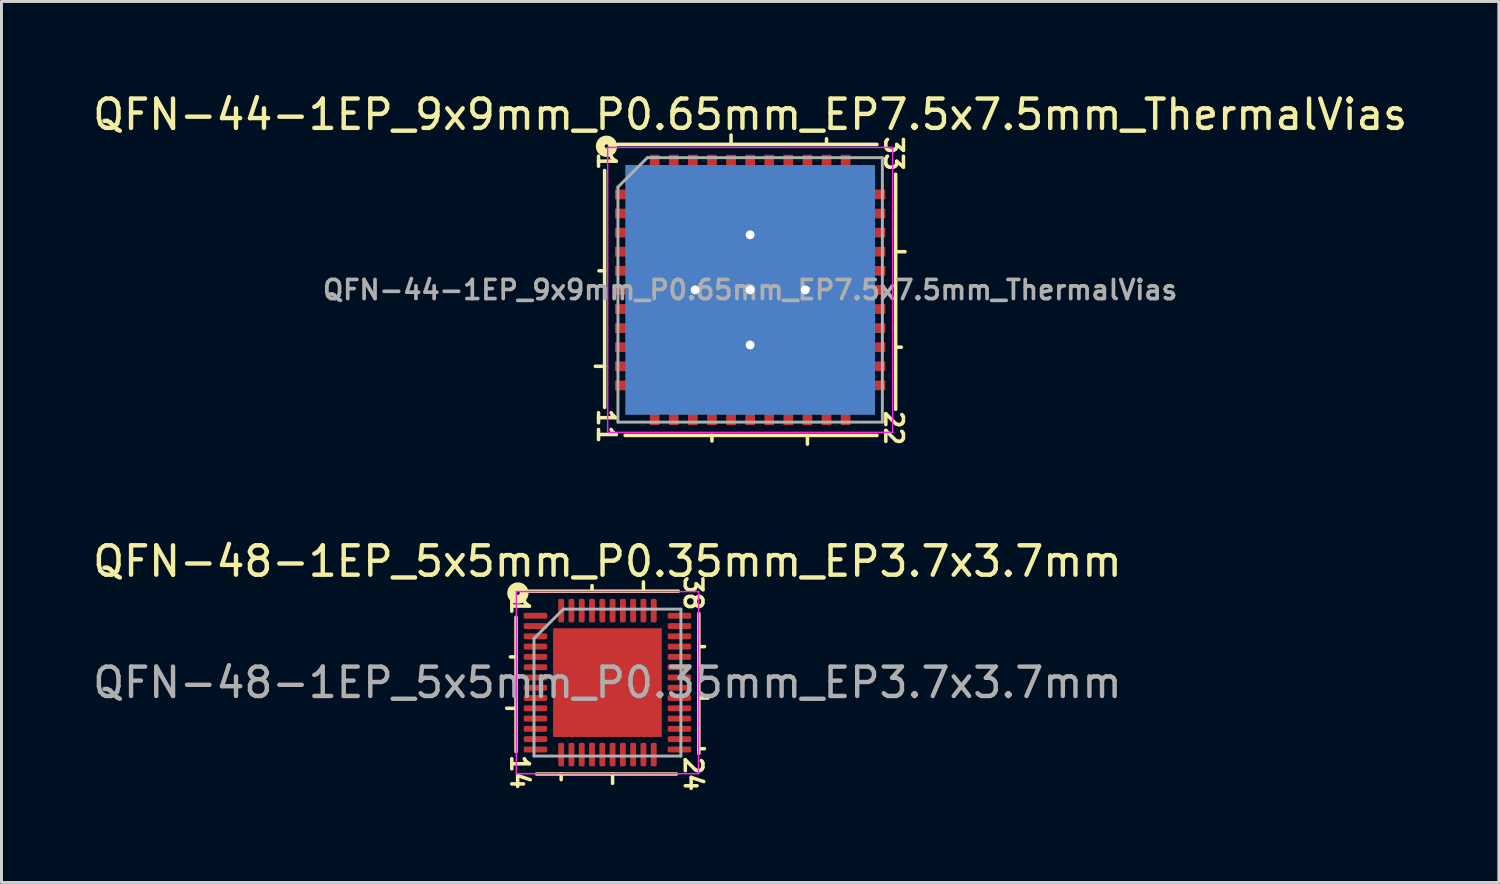
<source format=kicad_pcb>
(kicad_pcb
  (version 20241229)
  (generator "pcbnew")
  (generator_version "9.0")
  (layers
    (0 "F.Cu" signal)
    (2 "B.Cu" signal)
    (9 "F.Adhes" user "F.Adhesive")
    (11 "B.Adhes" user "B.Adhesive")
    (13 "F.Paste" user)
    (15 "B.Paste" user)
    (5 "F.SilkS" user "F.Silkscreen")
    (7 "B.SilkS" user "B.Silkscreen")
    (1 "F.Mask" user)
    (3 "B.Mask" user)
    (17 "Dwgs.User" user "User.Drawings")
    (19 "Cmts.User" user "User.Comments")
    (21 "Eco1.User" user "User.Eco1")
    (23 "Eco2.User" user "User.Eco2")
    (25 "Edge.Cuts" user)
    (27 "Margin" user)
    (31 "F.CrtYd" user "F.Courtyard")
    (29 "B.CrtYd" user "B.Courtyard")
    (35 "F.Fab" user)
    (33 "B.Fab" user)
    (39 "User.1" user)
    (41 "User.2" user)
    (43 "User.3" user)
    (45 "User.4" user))
  (footprint "QFN-44-1EP_9x9mm_P0.65mm_EP7.5x7.5mm_ThermalVias"
    (layer "F.Cu")
    (at 22.482 6.817)
    (property "Reference" "QFN-44-1EP_9x9mm_P0.65mm_EP7.5x7.5mm_ThermalVias" (at 0 -5.969 0) (layer "F.SilkS") (effects (font (size 1 1) (thickness 0.15))))
    (attr smd)
    (fp_line (start -4.953 -4.064) (end -4.953 4) (stroke (width 0.12) (type solid)) (layer "F.SilkS"))
    (fp_line (start -4.953 -0.65) (end -5.144 -0.65) (stroke (width 0.12) (type solid)) (layer "F.SilkS"))
    (fp_line (start -4.953 2.6) (end -5.271 2.6) (stroke (width 0.12) (type solid)) (layer "F.SilkS"))
    (fp_line (start -4.255 4.953) (end 4.318 4.953) (stroke (width 0.12) (type solid)) (layer "F.SilkS"))
    (fp_line (start -1.3 4.953) (end -1.3 5.144) (stroke (width 0.12) (type solid)) (layer "F.SilkS"))
    (fp_line (start -0.65 -4.953) (end -0.65 -5.271) (stroke (width 0.12) (type solid)) (layer "F.SilkS"))
    (fp_line (start 1.95 4.953) (end 1.95 5.25) (stroke (width 0.12) (type solid)) (layer "F.SilkS"))
    (fp_line (start 2.6 -4.953) (end 2.6 -5.144) (stroke (width 0.12) (type solid)) (layer "F.SilkS"))
    (fp_line (start 4.318 -4.953) (end -4.508 -4.953) (stroke (width 0.12) (type solid)) (layer "F.SilkS"))
    (fp_line (start 4.953 -1.3) (end 5.271 -1.3) (stroke (width 0.12) (type solid)) (layer "F.SilkS"))
    (fp_line (start 4.953 1.95) (end 5.144 1.95) (stroke (width 0.12) (type solid)) (layer "F.SilkS"))
    (fp_line (start 4.953 4.064) (end 4.953 -3.937) (stroke (width 0.12) (type solid)) (layer "F.SilkS"))
    (fp_circle (center -4.889 -4.889) (end -4.826 -4.889) (stroke (width 0.3) (type solid)) (fill no) (layer "F.SilkS"))
    (fp_line (start -4.85 -4.85) (end -4.85 4.85) (stroke (width 0.05) (type solid)) (layer "F.CrtYd"))
    (fp_line (start -4.85 4.85) (end 4.85 4.85) (stroke (width 0.05) (type solid)) (layer "F.CrtYd"))
    (fp_line (start 4.85 -4.85) (end -4.85 -4.85) (stroke (width 0.05) (type solid)) (layer "F.CrtYd"))
    (fp_line (start 4.85 4.85) (end 4.85 -4.85) (stroke (width 0.05) (type solid)) (layer "F.CrtYd"))
    (fp_line (start -4.5 -3.5) (end -3.5 -4.5) (stroke (width 0.1) (type solid)) (layer "F.Fab"))
    (fp_line (start -4.5 4.5) (end -4.5 -3.5) (stroke (width 0.1) (type solid)) (layer "F.Fab"))
    (fp_line (start -3.5 -4.5) (end 4.5 -4.5) (stroke (width 0.1) (type solid)) (layer "F.Fab"))
    (fp_line (start 4.5 -4.5) (end 4.5 4.5) (stroke (width 0.1) (type solid)) (layer "F.Fab"))
    (fp_line (start 4.5 4.5) (end -4.5 4.5) (stroke (width 0.1) (type solid)) (layer "F.Fab"))
    (fp_text user "22" (at 4.889 4.699 270) (unlocked yes) (layer "F.SilkS") (effects (font (size 0.6 0.6) (thickness 0.12))))
    (fp_text user "33" (at 4.889 -4.636 270) (unlocked yes) (layer "F.SilkS") (effects (font (size 0.6 0.6) (thickness 0.12))))
    (fp_text user "11" (at -4.889 4.636 270) (unlocked yes) (layer "F.SilkS") (effects (font (size 0.6 0.6) (thickness 0.12))))
    (fp_text user "1" (at -4.889 -4.381 270) (unlocked yes) (layer "F.SilkS") (effects (font (size 0.6 0.6) (thickness 0.12))))
    (fp_text user "${REFERENCE}" (at 0 0 0) (layer "F.Fab") (effects (font (size 0.65 0.65) (thickness 0.125))))
    (pad "" smd rect (at -1.875 -1.875) (size 2.65 2.65) (layers "F.Paste"))
    (pad "" smd rect (at -1.875 1.875) (size 2.65 2.65) (layers "F.Paste"))
    (pad "" smd rect (at 1.875 -1.875) (size 2.65 2.65) (layers "F.Paste"))
    (pad "" smd rect (at 1.875 1.875) (size 2.65 2.65) (layers "F.Paste"))
    (pad "1" smd rect (at -4.3 -3.25) (size 0.6 0.33) (layers "F.Cu" "F.Mask" "F.Paste"))
    (pad "2" smd rect (at -4.3 -2.6) (size 0.6 0.33) (layers "F.Cu" "F.Mask" "F.Paste"))
    (pad "3" smd rect (at -4.3 -1.95) (size 0.6 0.33) (layers "F.Cu" "F.Mask" "F.Paste"))
    (pad "4" smd rect (at -4.3 -1.3) (size 0.6 0.33) (layers "F.Cu" "F.Mask" "F.Paste"))
    (pad "5" smd rect (at -4.3 -0.65) (size 0.6 0.33) (layers "F.Cu" "F.Mask" "F.Paste"))
    (pad "6" smd rect (at -4.3 0) (size 0.6 0.33) (layers "F.Cu" "F.Mask" "F.Paste"))
    (pad "7" smd rect (at -4.3 0.65) (size 0.6 0.33) (layers "F.Cu" "F.Mask" "F.Paste"))
    (pad "8" smd rect (at -4.3 1.3) (size 0.6 0.33) (layers "F.Cu" "F.Mask" "F.Paste"))
    (pad "9" smd rect (at -4.3 1.95) (size 0.6 0.33) (layers "F.Cu" "F.Mask" "F.Paste"))
    (pad "10" smd rect (at -4.3 2.6) (size 0.6 0.33) (layers "F.Cu" "F.Mask" "F.Paste"))
    (pad "11" smd rect (at -4.3 3.25) (size 0.6 0.33) (layers "F.Cu" "F.Mask" "F.Paste"))
    (pad "12" smd rect (at -3.25 4.3 90) (size 0.6 0.33) (layers "F.Cu" "F.Mask" "F.Paste"))
    (pad "13" smd rect (at -2.6 4.3 90) (size 0.6 0.33) (layers "F.Cu" "F.Mask" "F.Paste"))
    (pad "14" smd rect (at -1.95 4.3 90) (size 0.6 0.33) (layers "F.Cu" "F.Mask" "F.Paste"))
    (pad "15" smd rect (at -1.3 4.3 90) (size 0.6 0.33) (layers "F.Cu" "F.Mask" "F.Paste"))
    (pad "16" smd rect (at -0.65 4.3 90) (size 0.6 0.33) (layers "F.Cu" "F.Mask" "F.Paste"))
    (pad "17" smd rect (at 0 4.3 90) (size 0.6 0.33) (layers "F.Cu" "F.Mask" "F.Paste"))
    (pad "18" smd rect (at 0.65 4.3 90) (size 0.6 0.33) (layers "F.Cu" "F.Mask" "F.Paste"))
    (pad "19" smd rect (at 1.3 4.3 90) (size 0.6 0.33) (layers "F.Cu" "F.Mask" "F.Paste"))
    (pad "20" smd rect (at 1.95 4.3 90) (size 0.6 0.33) (layers "F.Cu" "F.Mask" "F.Paste"))
    (pad "21" smd rect (at 2.6 4.3 90) (size 0.6 0.33) (layers "F.Cu" "F.Mask" "F.Paste"))
    (pad "22" smd rect (at 3.25 4.3 90) (size 0.6 0.33) (layers "F.Cu" "F.Mask" "F.Paste"))
    (pad "23" smd rect (at 4.3 3.25) (size 0.6 0.33) (layers "F.Cu" "F.Mask" "F.Paste"))
    (pad "24" smd rect (at 4.3 2.6) (size 0.6 0.33) (layers "F.Cu" "F.Mask" "F.Paste"))
    (pad "25" smd rect (at 4.3 1.95) (size 0.6 0.33) (layers "F.Cu" "F.Mask" "F.Paste"))
    (pad "26" smd rect (at 4.3 1.3) (size 0.6 0.33) (layers "F.Cu" "F.Mask" "F.Paste"))
    (pad "27" smd rect (at 4.3 0.65) (size 0.6 0.33) (layers "F.Cu" "F.Mask" "F.Paste"))
    (pad "28" smd rect (at 4.3 0) (size 0.6 0.33) (layers "F.Cu" "F.Mask" "F.Paste"))
    (pad "29" smd rect (at 4.3 -0.65) (size 0.6 0.33) (layers "F.Cu" "F.Mask" "F.Paste"))
    (pad "30" smd rect (at 4.3 -1.3) (size 0.6 0.33) (layers "F.Cu" "F.Mask" "F.Paste"))
    (pad "31" smd rect (at 4.3 -1.95) (size 0.6 0.33) (layers "F.Cu" "F.Mask" "F.Paste"))
    (pad "32" smd rect (at 4.3 -2.6) (size 0.6 0.33) (layers "F.Cu" "F.Mask" "F.Paste"))
    (pad "33" smd rect (at 4.3 -3.25) (size 0.6 0.33) (layers "F.Cu" "F.Mask" "F.Paste"))
    (pad "34" smd rect (at 3.25 -4.3 90) (size 0.6 0.33) (layers "F.Cu" "F.Mask" "F.Paste"))
    (pad "35" smd rect (at 2.6 -4.3 90) (size 0.6 0.33) (layers "F.Cu" "F.Mask" "F.Paste"))
    (pad "36" smd rect (at 1.95 -4.3 90) (size 0.6 0.33) (layers "F.Cu" "F.Mask" "F.Paste"))
    (pad "37" smd rect (at 1.3 -4.3 90) (size 0.6 0.33) (layers "F.Cu" "F.Mask" "F.Paste"))
    (pad "38" smd rect (at 0.65 -4.3 90) (size 0.6 0.33) (layers "F.Cu" "F.Mask" "F.Paste"))
    (pad "39" smd rect (at 0 -4.3 90) (size 0.6 0.33) (layers "F.Cu" "F.Mask" "F.Paste"))
    (pad "40" smd rect (at -0.65 -4.3 90) (size 0.6 0.33) (layers "F.Cu" "F.Mask" "F.Paste"))
    (pad "41" smd rect (at -1.3 -4.3 90) (size 0.6 0.33) (layers "F.Cu" "F.Mask" "F.Paste"))
    (pad "42" smd rect (at -1.95 -4.3 90) (size 0.6 0.33) (layers "F.Cu" "F.Mask" "F.Paste"))
    (pad "43" smd rect (at -2.6 -4.3 90) (size 0.6 0.33) (layers "F.Cu" "F.Mask" "F.Paste"))
    (pad "44" smd rect (at -3.25 -4.3 90) (size 0.6 0.33) (layers "F.Cu" "F.Mask" "F.Paste"))
    (pad "45" thru_hole circle (at -1.875 0) (size 0.6 0.6) (drill 0.3) (layers "*.Cu"))
    (pad "45" thru_hole circle (at 0 -1.875) (size 0.6 0.6) (drill 0.3) (layers "*.Cu"))
    (pad "45" thru_hole circle (at 0 0) (size 0.6 0.6) (drill 0.3) (layers "*.Cu"))
    (pad "45" smd rect (at 0 0) (size 7.5 7.5) (layers "F.Cu" "F.Mask"))
    (pad "45" smd rect (at 0 0) (size 8.5 8.5) (layers "B.Cu" "B.Mask"))
    (pad "45" thru_hole circle (at 0 1.875) (size 0.6 0.6) (drill 0.3) (layers "*.Cu"))
    (pad "45" thru_hole circle (at 1.875 0) (size 0.6 0.6) (drill 0.3) (layers "*.Cu")))
  (footprint "QFN-48-1EP_5x5mm_P0.35mm_EP3.7x3.7mm"
    (layer "F.Cu")
    (at 17.625 20.183)
    (property "Reference" "QFN-48-1EP_5x5mm_P0.35mm_EP3.7x3.7mm" (at 0 -4.128 0) (layer "F.SilkS") (effects (font (size 1 1) (thickness 0.15))))
    (attr smd)
    (fp_line (start -3.111 -2.223) (end -3.111 2.349) (stroke (width 0.12) (type solid)) (layer "F.SilkS"))
    (fp_line (start -3.111 -0.875) (end -3.302 -0.875) (stroke (width 0.12) (type solid)) (layer "F.SilkS"))
    (fp_line (start -3.111 0.875) (end -3.429 0.875) (stroke (width 0.12) (type solid)) (layer "F.SilkS"))
    (fp_line (start -2.413 3.111) (end 2.349 3.111) (stroke (width 0.12) (type solid)) (layer "F.SilkS"))
    (fp_line (start -1.575 3.111) (end -1.575 3.302) (stroke (width 0.12) (type solid)) (layer "F.SilkS"))
    (fp_line (start -0.525 -3.111) (end -0.525 -3.302) (stroke (width 0.12) (type solid)) (layer "F.SilkS"))
    (fp_line (start 0.175 3.111) (end 0.175 3.429) (stroke (width 0.12) (type solid)) (layer "F.SilkS"))
    (fp_line (start 1.225 -3.111) (end 1.225 -3.429) (stroke (width 0.12) (type solid)) (layer "F.SilkS"))
    (fp_line (start 2.413 -3.111) (end -2.667 -3.111) (stroke (width 0.12) (type solid)) (layer "F.SilkS"))
    (fp_line (start 3.111 -1.225) (end 3.302 -1.225) (stroke (width 0.12) (type solid)) (layer "F.SilkS"))
    (fp_line (start 3.111 0.525) (end 3.425 0.525) (stroke (width 0.12) (type solid)) (layer "F.SilkS"))
    (fp_line (start 3.111 2.25) (end 3.302 2.25) (stroke (width 0.12) (type solid)) (layer "F.SilkS"))
    (fp_line (start 3.111 2.413) (end 3.111 -2.349) (stroke (width 0.12) (type solid)) (layer "F.SilkS"))
    (fp_circle (center -3.048 -3.048) (end -2.985 -3.048) (stroke (width 0.3) (type solid)) (fill no) (layer "F.SilkS"))
    (fp_line (start -3.1 -3.1) (end -3.1 3.1) (stroke (width 0.05) (type solid)) (layer "F.CrtYd"))
    (fp_line (start -3.1 3.1) (end 3.1 3.1) (stroke (width 0.05) (type solid)) (layer "F.CrtYd"))
    (fp_line (start 3.1 -3.1) (end -3.1 -3.1) (stroke (width 0.05) (type solid)) (layer "F.CrtYd"))
    (fp_line (start 3.1 3.1) (end 3.1 -3.1) (stroke (width 0.05) (type solid)) (layer "F.CrtYd"))
    (fp_line (start -2.5 -1.5) (end -1.5 -2.5) (stroke (width 0.1) (type solid)) (layer "F.Fab"))
    (fp_line (start -2.5 2.5) (end -2.5 -1.5) (stroke (width 0.1) (type solid)) (layer "F.Fab"))
    (fp_line (start -1.5 -2.5) (end 2.5 -2.5) (stroke (width 0.1) (type solid)) (layer "F.Fab"))
    (fp_line (start 2.5 -2.5) (end 2.5 2.5) (stroke (width 0.1) (type solid)) (layer "F.Fab"))
    (fp_line (start 2.5 2.5) (end -2.5 2.5) (stroke (width 0.1) (type solid)) (layer "F.Fab"))
    (fp_text user "38" (at 2.921 -3.048 270) (unlocked yes) (layer "F.SilkS") (effects (font (size 0.6 0.6) (thickness 0.12))))
    (fp_text user "24" (at 2.921 3.111 270) (unlocked yes) (layer "F.SilkS") (effects (font (size 0.6 0.6) (thickness 0.12))))
    (fp_text user "14" (at -2.985 3.048 270) (unlocked yes) (layer "F.SilkS") (effects (font (size 0.6 0.6) (thickness 0.12))))
    (fp_text user "1" (at -2.985 -2.603 270) (unlocked yes) (layer "F.SilkS") (effects (font (size 0.6 0.6) (thickness 0.12))))
    (fp_text user "${REFERENCE}" (at 0 0 0) (layer "F.Fab") (effects (font (size 1 1) (thickness 0.15))))
    (pad "" smd roundrect (at -1.23 -1.23) (size 0.99 0.99) (layers "F.Paste") (roundrect_rratio 0.25))
    (pad "" smd roundrect (at -1.23 0) (size 0.99 0.99) (layers "F.Paste") (roundrect_rratio 0.25))
    (pad "" smd roundrect (at -1.23 1.23) (size 0.99 0.99) (layers "F.Paste") (roundrect_rratio 0.25))
    (pad "" smd roundrect (at 0 -1.23) (size 0.99 0.99) (layers "F.Paste") (roundrect_rratio 0.25))
    (pad "" smd roundrect (at 0 0) (size 0.99 0.99) (layers "F.Paste") (roundrect_rratio 0.25))
    (pad "" smd roundrect (at 0 1.23) (size 0.99 0.99) (layers "F.Paste") (roundrect_rratio 0.25))
    (pad "" smd roundrect (at 1.23 -1.23) (size 0.99 0.99) (layers "F.Paste") (roundrect_rratio 0.25))
    (pad "" smd roundrect (at 1.23 0) (size 0.99 0.99) (layers "F.Paste") (roundrect_rratio 0.25))
    (pad "" smd roundrect (at 1.23 1.23) (size 0.99 0.99) (layers "F.Paste") (roundrect_rratio 0.25))
    (pad "1" smd roundrect (at -2.45 -2.275) (size 0.8 0.2) (layers "F.Cu" "F.Mask" "F.Paste") (roundrect_rratio 0.25))
    (pad "2" smd roundrect (at -2.45 -1.925) (size 0.8 0.2) (layers "F.Cu" "F.Mask" "F.Paste") (roundrect_rratio 0.25))
    (pad "3" smd roundrect (at -2.45 -1.575) (size 0.8 0.2) (layers "F.Cu" "F.Mask" "F.Paste") (roundrect_rratio 0.25))
    (pad "4" smd roundrect (at -2.45 -1.225) (size 0.8 0.2) (layers "F.Cu" "F.Mask" "F.Paste") (roundrect_rratio 0.25))
    (pad "5" smd roundrect (at -2.45 -0.875) (size 0.8 0.2) (layers "F.Cu" "F.Mask" "F.Paste") (roundrect_rratio 0.25))
    (pad "6" smd roundrect (at -2.45 -0.525) (size 0.8 0.2) (layers "F.Cu" "F.Mask" "F.Paste") (roundrect_rratio 0.25))
    (pad "7" smd roundrect (at -2.45 -0.175) (size 0.8 0.2) (layers "F.Cu" "F.Mask" "F.Paste") (roundrect_rratio 0.25))
    (pad "8" smd roundrect (at -2.45 0.175) (size 0.8 0.2) (layers "F.Cu" "F.Mask" "F.Paste") (roundrect_rratio 0.25))
    (pad "9" smd roundrect (at -2.45 0.525) (size 0.8 0.2) (layers "F.Cu" "F.Mask" "F.Paste") (roundrect_rratio 0.25))
    (pad "10" smd roundrect (at -2.45 0.875) (size 0.8 0.2) (layers "F.Cu" "F.Mask" "F.Paste") (roundrect_rratio 0.25))
    (pad "11" smd roundrect (at -2.45 1.225) (size 0.8 0.2) (layers "F.Cu" "F.Mask" "F.Paste") (roundrect_rratio 0.25))
    (pad "12" smd roundrect (at -2.45 1.575) (size 0.8 0.2) (layers "F.Cu" "F.Mask" "F.Paste") (roundrect_rratio 0.25))
    (pad "13" smd roundrect (at -2.45 1.925) (size 0.8 0.2) (layers "F.Cu" "F.Mask" "F.Paste") (roundrect_rratio 0.25))
    (pad "14" smd roundrect (at -2.45 2.275) (size 0.8 0.2) (layers "F.Cu" "F.Mask" "F.Paste") (roundrect_rratio 0.25))
    (pad "15" smd roundrect (at -1.575 2.45) (size 0.2 0.8) (layers "F.Cu" "F.Mask" "F.Paste") (roundrect_rratio 0.25))
    (pad "16" smd roundrect (at -1.225 2.45) (size 0.2 0.8) (layers "F.Cu" "F.Mask" "F.Paste") (roundrect_rratio 0.25))
    (pad "17" smd roundrect (at -0.875 2.45) (size 0.2 0.8) (layers "F.Cu" "F.Mask" "F.Paste") (roundrect_rratio 0.25))
    (pad "18" smd roundrect (at -0.525 2.45) (size 0.2 0.8) (layers "F.Cu" "F.Mask" "F.Paste") (roundrect_rratio 0.25))
    (pad "19" smd roundrect (at -0.175 2.45) (size 0.2 0.8) (layers "F.Cu" "F.Mask" "F.Paste") (roundrect_rratio 0.25))
    (pad "20" smd roundrect (at 0.175 2.45) (size 0.2 0.8) (layers "F.Cu" "F.Mask" "F.Paste") (roundrect_rratio 0.25))
    (pad "21" smd roundrect (at 0.525 2.45) (size 0.2 0.8) (layers "F.Cu" "F.Mask" "F.Paste") (roundrect_rratio 0.25))
    (pad "22" smd roundrect (at 0.875 2.45) (size 0.2 0.8) (layers "F.Cu" "F.Mask" "F.Paste") (roundrect_rratio 0.25))
    (pad "23" smd roundrect (at 1.225 2.45) (size 0.2 0.8) (layers "F.Cu" "F.Mask" "F.Paste") (roundrect_rratio 0.25))
    (pad "24" smd roundrect (at 1.575 2.45) (size 0.2 0.8) (layers "F.Cu" "F.Mask" "F.Paste") (roundrect_rratio 0.25))
    (pad "25" smd roundrect (at 2.45 2.275) (size 0.8 0.2) (layers "F.Cu" "F.Mask" "F.Paste") (roundrect_rratio 0.25))
    (pad "26" smd roundrect (at 2.45 1.925) (size 0.8 0.2) (layers "F.Cu" "F.Mask" "F.Paste") (roundrect_rratio 0.25))
    (pad "27" smd roundrect (at 2.45 1.575) (size 0.8 0.2) (layers "F.Cu" "F.Mask" "F.Paste") (roundrect_rratio 0.25))
    (pad "28" smd roundrect (at 2.45 1.225) (size 0.8 0.2) (layers "F.Cu" "F.Mask" "F.Paste") (roundrect_rratio 0.25))
    (pad "29" smd roundrect (at 2.45 0.875) (size 0.8 0.2) (layers "F.Cu" "F.Mask" "F.Paste") (roundrect_rratio 0.25))
    (pad "30" smd roundrect (at 2.45 0.525) (size 0.8 0.2) (layers "F.Cu" "F.Mask" "F.Paste") (roundrect_rratio 0.25))
    (pad "31" smd roundrect (at 2.45 0.175) (size 0.8 0.2) (layers "F.Cu" "F.Mask" "F.Paste") (roundrect_rratio 0.25))
    (pad "32" smd roundrect (at 2.45 -0.175) (size 0.8 0.2) (layers "F.Cu" "F.Mask" "F.Paste") (roundrect_rratio 0.25))
    (pad "33" smd roundrect (at 2.45 -0.525) (size 0.8 0.2) (layers "F.Cu" "F.Mask" "F.Paste") (roundrect_rratio 0.25))
    (pad "34" smd roundrect (at 2.45 -0.875) (size 0.8 0.2) (layers "F.Cu" "F.Mask" "F.Paste") (roundrect_rratio 0.25))
    (pad "35" smd roundrect (at 2.45 -1.225) (size 0.8 0.2) (layers "F.Cu" "F.Mask" "F.Paste") (roundrect_rratio 0.25))
    (pad "36" smd roundrect (at 2.45 -1.575) (size 0.8 0.2) (layers "F.Cu" "F.Mask" "F.Paste") (roundrect_rratio 0.25))
    (pad "37" smd roundrect (at 2.45 -1.925) (size 0.8 0.2) (layers "F.Cu" "F.Mask" "F.Paste") (roundrect_rratio 0.25))
    (pad "38" smd roundrect (at 2.45 -2.275) (size 0.8 0.2) (layers "F.Cu" "F.Mask" "F.Paste") (roundrect_rratio 0.25))
    (pad "39" smd roundrect (at 1.575 -2.45) (size 0.2 0.8) (layers "F.Cu" "F.Mask" "F.Paste") (roundrect_rratio 0.25))
    (pad "40" smd roundrect (at 1.225 -2.45) (size 0.2 0.8) (layers "F.Cu" "F.Mask" "F.Paste") (roundrect_rratio 0.25))
    (pad "41" smd roundrect (at 0.875 -2.45) (size 0.2 0.8) (layers "F.Cu" "F.Mask" "F.Paste") (roundrect_rratio 0.25))
    (pad "42" smd roundrect (at 0.525 -2.45) (size 0.2 0.8) (layers "F.Cu" "F.Mask" "F.Paste") (roundrect_rratio 0.25))
    (pad "43" smd roundrect (at 0.175 -2.45) (size 0.2 0.8) (layers "F.Cu" "F.Mask" "F.Paste") (roundrect_rratio 0.25))
    (pad "44" smd roundrect (at -0.175 -2.45) (size 0.2 0.8) (layers "F.Cu" "F.Mask" "F.Paste") (roundrect_rratio 0.25))
    (pad "45" smd roundrect (at -0.525 -2.45) (size 0.2 0.8) (layers "F.Cu" "F.Mask" "F.Paste") (roundrect_rratio 0.25))
    (pad "46" smd roundrect (at -0.875 -2.45) (size 0.2 0.8) (layers "F.Cu" "F.Mask" "F.Paste") (roundrect_rratio 0.25))
    (pad "47" smd roundrect (at -1.225 -2.45) (size 0.2 0.8) (layers "F.Cu" "F.Mask" "F.Paste") (roundrect_rratio 0.25))
    (pad "48" smd roundrect (at -1.575 -2.45) (size 0.2 0.8) (layers "F.Cu" "F.Mask" "F.Paste") (roundrect_rratio 0.25))
    (pad "49" smd rect (at 0 0) (size 3.7 3.7) (layers "F.Cu" "F.Mask")))
  (gr_rect
    (start -3 -3)
    (end 47.964 26.986)
    (stroke (width 0.1) (type default))
    (fill no)
    (layer "Edge.Cuts")))
</source>
